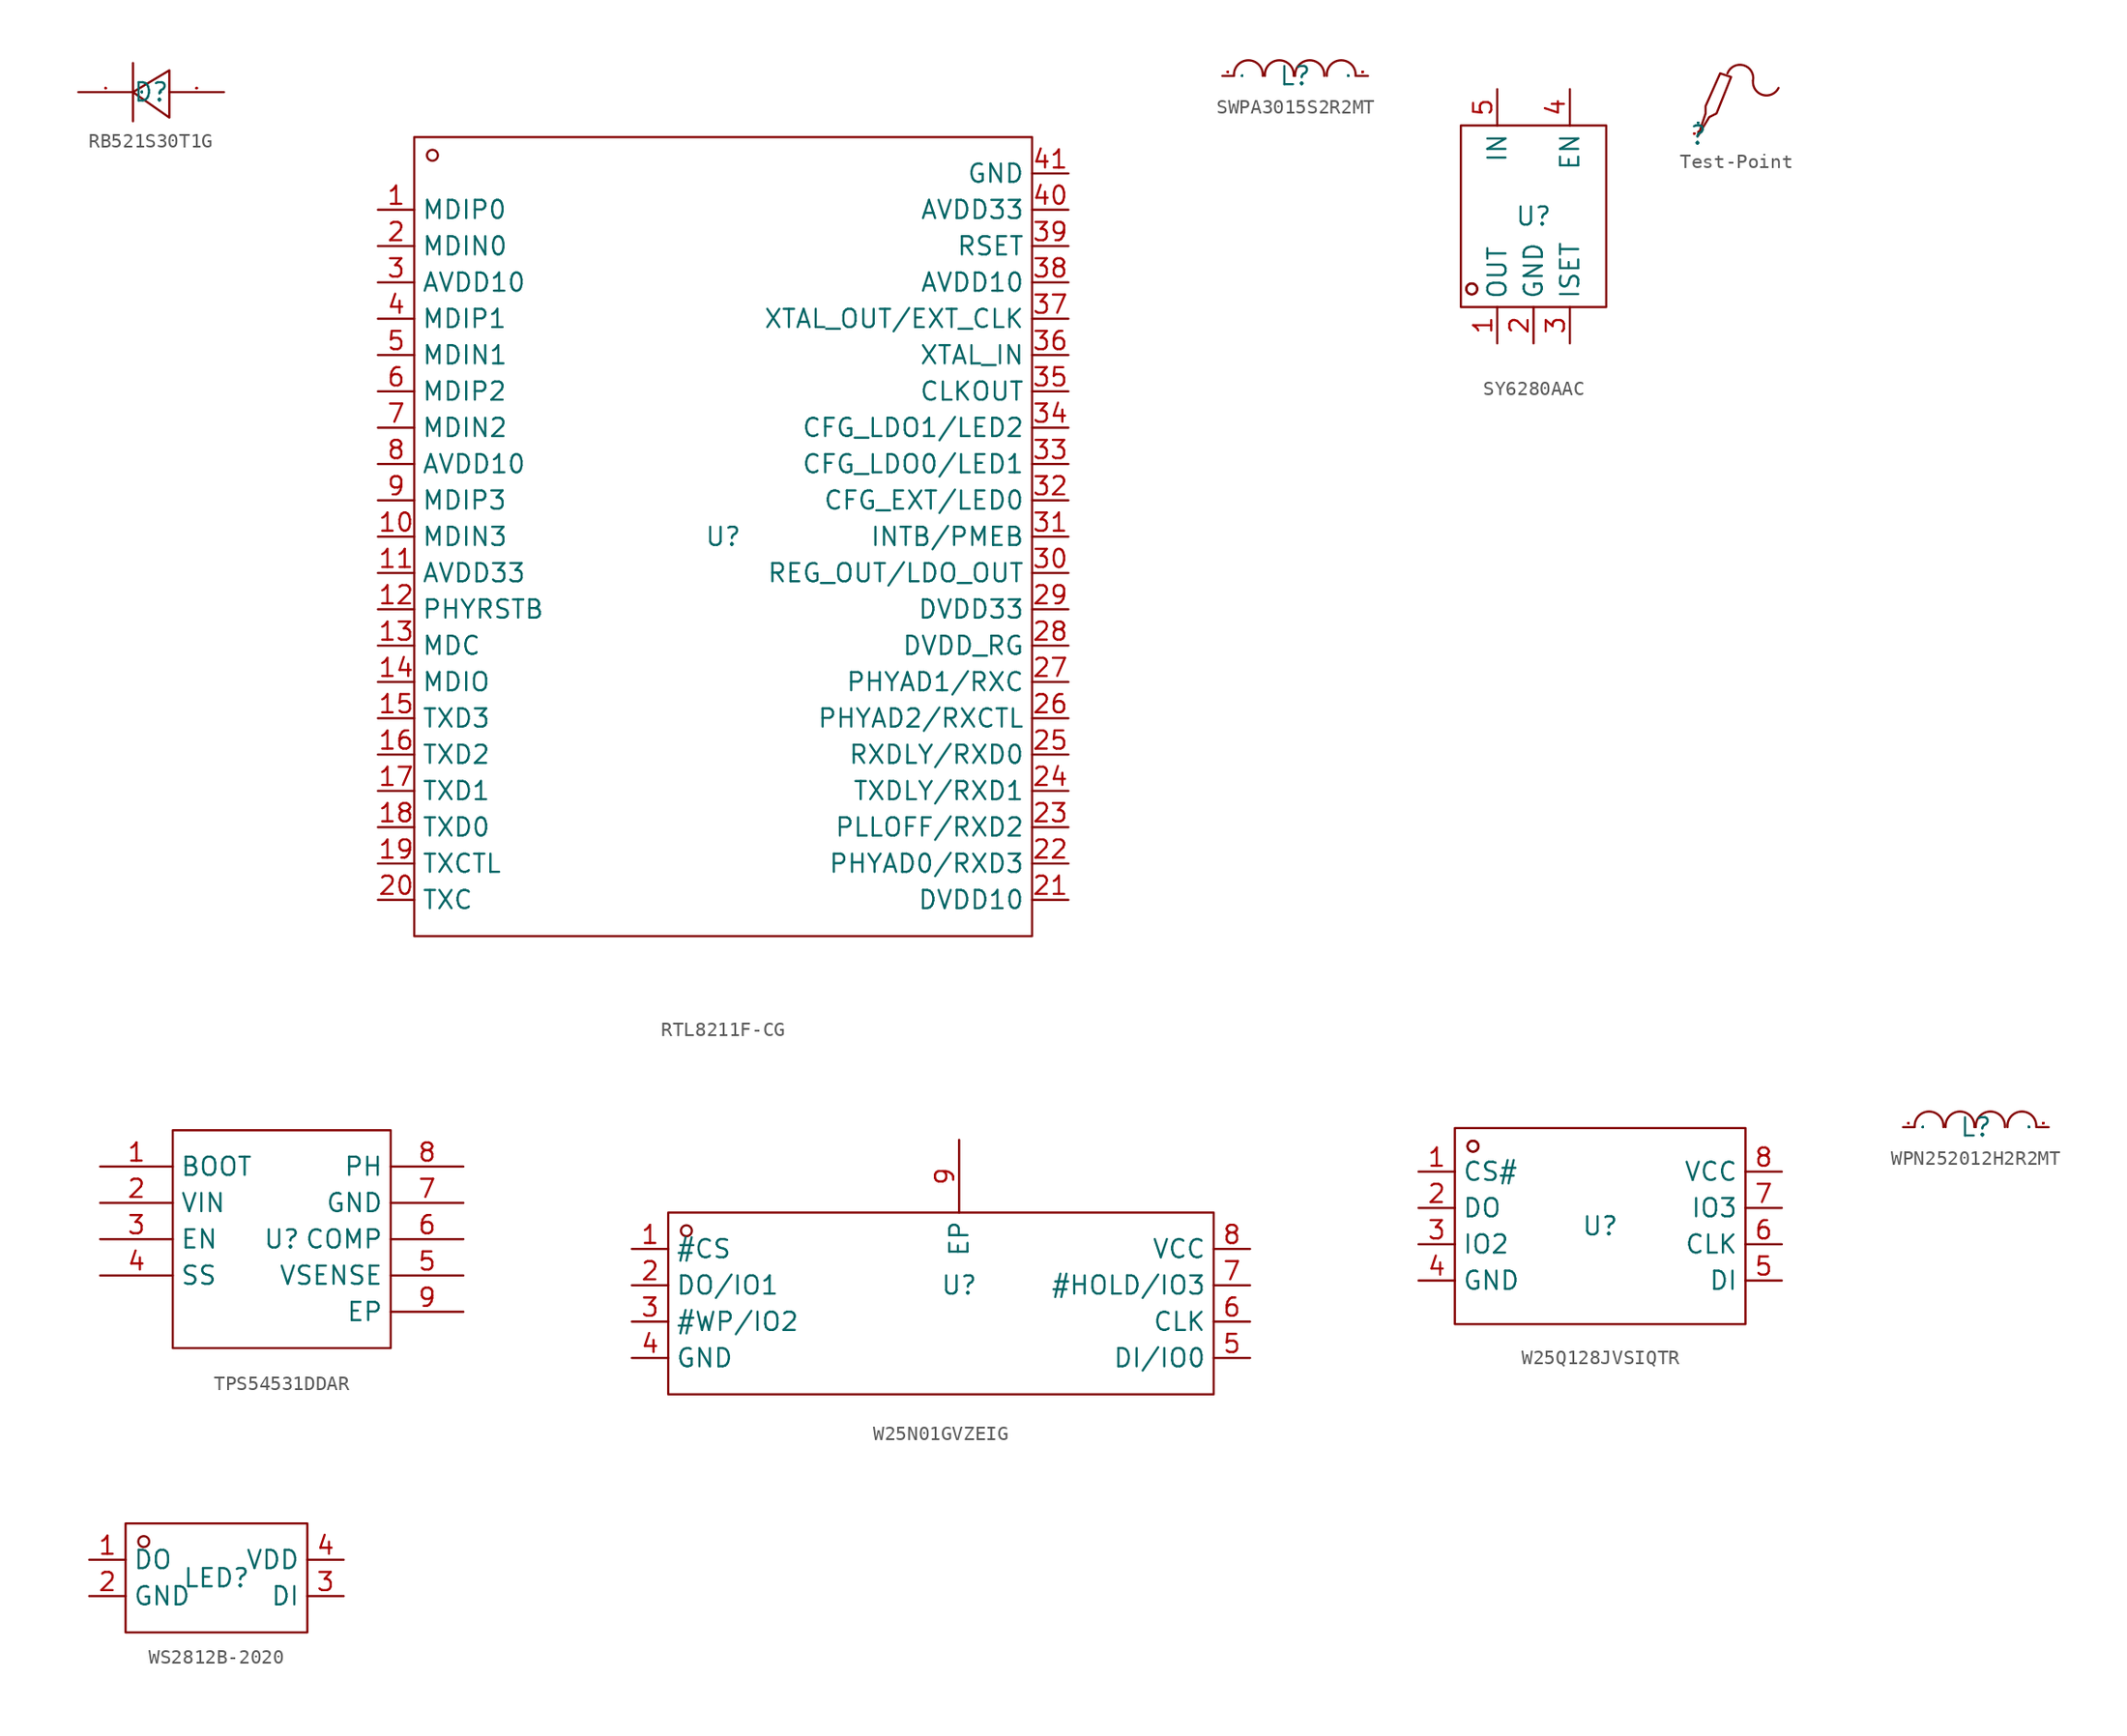
<source format=kicad_sym>
(kicad_symbol_lib
  (version 20231120)
  (generator "kicad_symbol_editor")
  (generator_version "8.0")
  (symbol "RB521S30T1G"
    (property "Reference" "D"
      (at 0 0 0)
      (effects (font (size 1.27 1.27))))
    (property "Value" ""
      (at 0 0 0)
      (effects (font (size 1.27 1.27))))
    (symbol "RB521S30T1G_1_0"
      (polyline (pts (xy -1.27 -2.032) (xy -1.27 2.032)) (stroke (width 0) (type default)) (fill (type none)))
      (polyline (pts (xy 1.27 1.524) (xy -1.27 0) (xy -1.27 0) (xy 1.27 -1.778) (xy 1.27 -1.778) (xy 1.27 1.524)) (stroke (width 0) (type default)) (fill (type none)))
      (pin unspecified line (at -5.08 0 0) (length 3.81) (name "C" (effects (font (size 0.025 0.025)))) (number "1" (effects (font (size 0.025 0.025)))))
      (pin unspecified line (at 5.08 0 180) (length 3.81) (name "A" (effects (font (size 0.025 0.025)))) (number "2" (effects (font (size 0.025 0.025)))))))
  (symbol "RTL8211F-CG"
    (property "Reference" "U"
      (at 0 0 0)
      (effects (font (size 1.27 1.27))))
    (property "Value" ""
      (at 0 0 0)
      (effects (font (size 1.27 1.27))))
    (symbol "RTL8211F-CG_1_0"
      (rectangle (start -21.59 -27.94) (end 21.59 27.94) (stroke (width 0) (type default)) (fill (type none)))
      (circle (center -20.32 26.67) (radius 0.381) (stroke (width 0) (type default)) (fill (type none)))
      (pin unspecified line (at -24.13 22.86 0) (length 2.54) (name "MDIP0" (effects (font (size 1.27 1.27)))) (number "1" (effects (font (size 1.27 1.27)))))
      (pin unspecified line (at -24.13 0 0) (length 2.54) (name "MDIN3" (effects (font (size 1.27 1.27)))) (number "10" (effects (font (size 1.27 1.27)))))
      (pin unspecified line (at -24.13 -2.54 0) (length 2.54) (name "AVDD33" (effects (font (size 1.27 1.27)))) (number "11" (effects (font (size 1.27 1.27)))))
      (pin unspecified line (at -24.13 -5.08 0) (length 2.54) (name "PHYRSTB" (effects (font (size 1.27 1.27)))) (number "12" (effects (font (size 1.27 1.27)))))
      (pin unspecified line (at -24.13 -7.62 0) (length 2.54) (name "MDC" (effects (font (size 1.27 1.27)))) (number "13" (effects (font (size 1.27 1.27)))))
      (pin unspecified line (at -24.13 -10.16 0) (length 2.54) (name "MDIO" (effects (font (size 1.27 1.27)))) (number "14" (effects (font (size 1.27 1.27)))))
      (pin unspecified line (at -24.13 -12.7 0) (length 2.54) (name "TXD3" (effects (font (size 1.27 1.27)))) (number "15" (effects (font (size 1.27 1.27)))))
      (pin unspecified line (at -24.13 -15.24 0) (length 2.54) (name "TXD2" (effects (font (size 1.27 1.27)))) (number "16" (effects (font (size 1.27 1.27)))))
      (pin unspecified line (at -24.13 -17.78 0) (length 2.54) (name "TXD1" (effects (font (size 1.27 1.27)))) (number "17" (effects (font (size 1.27 1.27)))))
      (pin unspecified line (at -24.13 -20.32 0) (length 2.54) (name "TXD0" (effects (font (size 1.27 1.27)))) (number "18" (effects (font (size 1.27 1.27)))))
      (pin unspecified line (at -24.13 -22.86 0) (length 2.54) (name "TXCTL" (effects (font (size 1.27 1.27)))) (number "19" (effects (font (size 1.27 1.27)))))
      (pin unspecified line (at -24.13 20.32 0) (length 2.54) (name "MDIN0" (effects (font (size 1.27 1.27)))) (number "2" (effects (font (size 1.27 1.27)))))
      (pin unspecified line (at -24.13 -25.4 0) (length 2.54) (name "TXC" (effects (font (size 1.27 1.27)))) (number "20" (effects (font (size 1.27 1.27)))))
      (pin unspecified line (at 24.13 -25.4 180) (length 2.54) (name "DVDD10" (effects (font (size 1.27 1.27)))) (number "21" (effects (font (size 1.27 1.27)))))
      (pin unspecified line (at 24.13 -22.86 180) (length 2.54) (name "PHYAD0/RXD3" (effects (font (size 1.27 1.27)))) (number "22" (effects (font (size 1.27 1.27)))))
      (pin unspecified line (at 24.13 -20.32 180) (length 2.54) (name "PLLOFF/RXD2" (effects (font (size 1.27 1.27)))) (number "23" (effects (font (size 1.27 1.27)))))
      (pin unspecified line (at 24.13 -17.78 180) (length 2.54) (name "TXDLY/RXD1" (effects (font (size 1.27 1.27)))) (number "24" (effects (font (size 1.27 1.27)))))
      (pin unspecified line (at 24.13 -15.24 180) (length 2.54) (name "RXDLY/RXD0" (effects (font (size 1.27 1.27)))) (number "25" (effects (font (size 1.27 1.27)))))
      (pin unspecified line (at 24.13 -12.7 180) (length 2.54) (name "PHYAD2/RXCTL" (effects (font (size 1.27 1.27)))) (number "26" (effects (font (size 1.27 1.27)))))
      (pin unspecified line (at 24.13 -10.16 180) (length 2.54) (name "PHYAD1/RXC" (effects (font (size 1.27 1.27)))) (number "27" (effects (font (size 1.27 1.27)))))
      (pin unspecified line (at 24.13 -7.62 180) (length 2.54) (name "DVDD_RG" (effects (font (size 1.27 1.27)))) (number "28" (effects (font (size 1.27 1.27)))))
      (pin unspecified line (at 24.13 -5.08 180) (length 2.54) (name "DVDD33" (effects (font (size 1.27 1.27)))) (number "29" (effects (font (size 1.27 1.27)))))
      (pin unspecified line (at -24.13 17.78 0) (length 2.54) (name "AVDD10" (effects (font (size 1.27 1.27)))) (number "3" (effects (font (size 1.27 1.27)))))
      (pin unspecified line (at 24.13 -2.54 180) (length 2.54) (name "REG_OUT/LDO_OUT" (effects (font (size 1.27 1.27)))) (number "30" (effects (font (size 1.27 1.27)))))
      (pin unspecified line (at 24.13 0 180) (length 2.54) (name "INTB/PMEB" (effects (font (size 1.27 1.27)))) (number "31" (effects (font (size 1.27 1.27)))))
      (pin unspecified line (at 24.13 2.54 180) (length 2.54) (name "CFG_EXT/LED0" (effects (font (size 1.27 1.27)))) (number "32" (effects (font (size 1.27 1.27)))))
      (pin unspecified line (at 24.13 5.08 180) (length 2.54) (name "CFG_LDO0/LED1" (effects (font (size 1.27 1.27)))) (number "33" (effects (font (size 1.27 1.27)))))
      (pin unspecified line (at 24.13 7.62 180) (length 2.54) (name "CFG_LDO1/LED2" (effects (font (size 1.27 1.27)))) (number "34" (effects (font (size 1.27 1.27)))))
      (pin unspecified line (at 24.13 10.16 180) (length 2.54) (name "CLKOUT" (effects (font (size 1.27 1.27)))) (number "35" (effects (font (size 1.27 1.27)))))
      (pin unspecified line (at 24.13 12.7 180) (length 2.54) (name "XTAL_IN" (effects (font (size 1.27 1.27)))) (number "36" (effects (font (size 1.27 1.27)))))
      (pin unspecified line (at 24.13 15.24 180) (length 2.54) (name "XTAL_OUT/EXT_CLK" (effects (font (size 1.27 1.27)))) (number "37" (effects (font (size 1.27 1.27)))))
      (pin unspecified line (at 24.13 17.78 180) (length 2.54) (name "AVDD10" (effects (font (size 1.27 1.27)))) (number "38" (effects (font (size 1.27 1.27)))))
      (pin unspecified line (at 24.13 20.32 180) (length 2.54) (name "RSET" (effects (font (size 1.27 1.27)))) (number "39" (effects (font (size 1.27 1.27)))))
      (pin unspecified line (at -24.13 15.24 0) (length 2.54) (name "MDIP1" (effects (font (size 1.27 1.27)))) (number "4" (effects (font (size 1.27 1.27)))))
      (pin unspecified line (at 24.13 22.86 180) (length 2.54) (name "AVDD33" (effects (font (size 1.27 1.27)))) (number "40" (effects (font (size 1.27 1.27)))))
      (pin unspecified line (at 24.13 25.4 180) (length 2.54) (name "GND" (effects (font (size 1.27 1.27)))) (number "41" (effects (font (size 1.27 1.27)))))
      (pin unspecified line (at -24.13 12.7 0) (length 2.54) (name "MDIN1" (effects (font (size 1.27 1.27)))) (number "5" (effects (font (size 1.27 1.27)))))
      (pin unspecified line (at -24.13 10.16 0) (length 2.54) (name "MDIP2" (effects (font (size 1.27 1.27)))) (number "6" (effects (font (size 1.27 1.27)))))
      (pin unspecified line (at -24.13 7.62 0) (length 2.54) (name "MDIN2" (effects (font (size 1.27 1.27)))) (number "7" (effects (font (size 1.27 1.27)))))
      (pin unspecified line (at -24.13 5.08 0) (length 2.54) (name "AVDD10" (effects (font (size 1.27 1.27)))) (number "8" (effects (font (size 1.27 1.27)))))
      (pin unspecified line (at -24.13 2.54 0) (length 2.54) (name "MDIP3" (effects (font (size 1.27 1.27)))) (number "9" (effects (font (size 1.27 1.27)))))))
  (symbol "SWPA3015S2R2MT"
    (property "Reference" "L"
      (at 0 0 0)
      (effects (font (size 1.27 1.27))))
    (symbol "SWPA3015S2R2MT_1_0"
      (arc (start -2.2606 0) (mid -3.2639 1.0922) (end -4.2672 0) (stroke (width 0) (type default)) (fill (type none)))
      (arc (start -0.1016 0) (mid -1.1049 1.0922) (end -2.1082 0) (stroke (width 0) (type default)) (fill (type none)))
      (arc (start 2.032 0) (mid 1.016 1.0922) (end 0 0) (stroke (width 0) (type default)) (fill (type none)))
      (arc (start 4.2164 0) (mid 3.213 1.0923) (end 2.2098 0) (stroke (width 0) (type default)) (fill (type none)))
      (pin input line (at -5.08 0 0) (length 0.762) (name "1" (effects (font (size 0.025 0.025)))) (number "1" (effects (font (size 0.025 0.025)))))
      (pin input line (at 5.08 0 180) (length 0.762) (name "2" (effects (font (size 0.025 0.025)))) (number "2" (effects (font (size 0.025 0.025)))))))
  (symbol "SY6280AAC"
    (property "Reference" "U"
      (at 0 0 0)
      (effects (font (size 1.27 1.27))))
    (property "Value" ""
      (at 0 0 0)
      (effects (font (size 1.27 1.27))))
    (symbol "SY6280AAC_1_0"
      (rectangle (start -5.08 -6.35) (end 5.08 6.35) (stroke (width 0) (type default)) (fill (type none)))
      (circle (center -4.318 -5.08) (radius 0.381) (stroke (width 0) (type default)) (fill (type none)))
      (circle (center -4.318 -5.08) (radius 0.381) (stroke (width 0) (type default)) (fill (type none)))
      (pin unspecified line (at -2.54 -8.89 90) (length 2.54) (name "OUT" (effects (font (size 1.27 1.27)))) (number "1" (effects (font (size 1.27 1.27)))))
      (pin unspecified line (at 0 -8.89 90) (length 2.54) (name "GND" (effects (font (size 1.27 1.27)))) (number "2" (effects (font (size 1.27 1.27)))))
      (pin unspecified line (at 2.54 -8.89 90) (length 2.54) (name "ISET" (effects (font (size 1.27 1.27)))) (number "3" (effects (font (size 1.27 1.27)))))
      (pin unspecified line (at 2.54 8.89 270) (length 2.54) (name "EN" (effects (font (size 1.27 1.27)))) (number "4" (effects (font (size 1.27 1.27)))))
      (pin unspecified line (at -2.54 8.89 270) (length 2.54) (name "IN" (effects (font (size 1.27 1.27)))) (number "5" (effects (font (size 1.27 1.27)))))))
  (symbol "Test-Point"
    (property "Reference" ""
      (at 0 0 0)
      (effects (font (size 1.27 1.27))))
    (property "Value" ""
      (at 0 0 0)
      (effects (font (size 1.27 1.27))))
    (symbol "Test-Point_1_0"
      (polyline (pts (xy 0 0) (xy 0.508 1.524) (xy 0.508 2.032) (xy 1.524 4.318) (xy 2.286 4.064) (xy 1.27 1.524) (xy 0.762 1.27) (xy 0 0)) (stroke (width 0) (type default)) (fill (type none)))
      (arc (start 3.81 3.81) (mid 3.1548 4.8819) (end 2.032 4.318) (stroke (width 0) (type default)) (fill (type none)))
      (arc (start 3.81 3.81) (mid 4.487 2.8141) (end 5.588 3.302) (stroke (width 0) (type default)) (fill (type none)))
      (pin input line (at 0 0 90) (length 0.254) (name "1" (effects (font (size 0.025 0.025)))) (number "1" (effects (font (size 0.025 0.025)))))))
  (symbol "TPS54531DDAR"
    (property "Reference" "U"
      (at 0 0 0)
      (effects (font (size 1.27 1.27))))
    (property "Value" ""
      (at 0 0 0)
      (effects (font (size 1.27 1.27))))
    (symbol "TPS54531DDAR_1_0"
      (rectangle (start -7.62 -7.62) (end 7.62 7.62) (stroke (width 0) (type default)) (fill (type none)))
      (pin input line (at -12.7 5.08 0) (length 5.08) (name "BOOT" (effects (font (size 1.27 1.27)))) (number "1" (effects (font (size 1.27 1.27)))))
      (pin input line (at -12.7 2.54 0) (length 5.08) (name "VIN" (effects (font (size 1.27 1.27)))) (number "2" (effects (font (size 1.27 1.27)))))
      (pin input line (at -12.7 0 0) (length 5.08) (name "EN" (effects (font (size 1.27 1.27)))) (number "3" (effects (font (size 1.27 1.27)))))
      (pin input line (at -12.7 -2.54 0) (length 5.08) (name "SS" (effects (font (size 1.27 1.27)))) (number "4" (effects (font (size 1.27 1.27)))))
      (pin input line (at 12.7 -2.54 180) (length 5.08) (name "VSENSE" (effects (font (size 1.27 1.27)))) (number "5" (effects (font (size 1.27 1.27)))))
      (pin input line (at 12.7 0 180) (length 5.08) (name "COMP" (effects (font (size 1.27 1.27)))) (number "6" (effects (font (size 1.27 1.27)))))
      (pin input line (at 12.7 2.54 180) (length 5.08) (name "GND" (effects (font (size 1.27 1.27)))) (number "7" (effects (font (size 1.27 1.27)))))
      (pin input line (at 12.7 5.08 180) (length 5.08) (name "PH" (effects (font (size 1.27 1.27)))) (number "8" (effects (font (size 1.27 1.27)))))
      (pin input line (at 12.7 -5.08 180) (length 5.08) (name "EP" (effects (font (size 1.27 1.27)))) (number "9" (effects (font (size 1.27 1.27)))))))
  (symbol "W25N01GVZEIG"
    (property "Reference" "U"
      (at 0 0 0)
      (effects (font (size 1.27 1.27))))
    (property "Value" ""
      (at 0 0 0)
      (effects (font (size 1.27 1.27))))
    (symbol "W25N01GVZEIG_1_0"
      (rectangle (start -20.32 -7.62) (end 17.78 5.08) (stroke (width 0) (type default)) (fill (type none)))
      (circle (center -19.05 3.81) (radius 0.381) (stroke (width 0) (type default)) (fill (type none)))
      (pin input line (at -22.86 2.54 0) (length 2.54) (name "#CS" (effects (font (size 1.27 1.27)))) (number "1" (effects (font (size 1.27 1.27)))))
      (pin input line (at -22.86 0 0) (length 2.54) (name "DO/IO1" (effects (font (size 1.27 1.27)))) (number "2" (effects (font (size 1.27 1.27)))))
      (pin input line (at -22.86 -2.54 0) (length 2.54) (name "#WP/IO2" (effects (font (size 1.27 1.27)))) (number "3" (effects (font (size 1.27 1.27)))))
      (pin input line (at -22.86 -5.08 0) (length 2.54) (name "GND" (effects (font (size 1.27 1.27)))) (number "4" (effects (font (size 1.27 1.27)))))
      (pin input line (at 20.32 -5.08 180) (length 2.54) (name "DI/IO0" (effects (font (size 1.27 1.27)))) (number "5" (effects (font (size 1.27 1.27)))))
      (pin input line (at 20.32 -2.54 180) (length 2.54) (name "CLK" (effects (font (size 1.27 1.27)))) (number "6" (effects (font (size 1.27 1.27)))))
      (pin input line (at 20.32 0 180) (length 2.54) (name "#HOLD/IO3" (effects (font (size 1.27 1.27)))) (number "7" (effects (font (size 1.27 1.27)))))
      (pin input line (at 20.32 2.54 180) (length 2.54) (name "VCC" (effects (font (size 1.27 1.27)))) (number "8" (effects (font (size 1.27 1.27)))))
      (pin input line (at 0 10.16 270) (length 5.08) (name "EP" (effects (font (size 1.27 1.27)))) (number "9" (effects (font (size 1.27 1.27)))))))
  (symbol "W25Q128JVSIQTR"
    (property "Reference" "U"
      (at 0 0 0)
      (effects (font (size 1.27 1.27))))
    (property "Value" ""
      (at 0 0 0)
      (effects (font (size 1.27 1.27))))
    (symbol "W25Q128JVSIQTR_1_0"
      (rectangle (start -10.16 -6.858) (end 10.16 6.858) (stroke (width 0) (type default)) (fill (type none)))
      (circle (center -8.89 5.588) (radius 0.381) (stroke (width 0) (type default)) (fill (type none)))
      (circle (center -8.89 5.588) (radius 0.381) (stroke (width 0) (type default)) (fill (type none)))
      (pin unspecified line (at -12.7 3.81 0) (length 2.54) (name "CS#" (effects (font (size 1.27 1.27)))) (number "1" (effects (font (size 1.27 1.27)))))
      (pin unspecified line (at -12.7 1.27 0) (length 2.54) (name "DO" (effects (font (size 1.27 1.27)))) (number "2" (effects (font (size 1.27 1.27)))))
      (pin unspecified line (at -12.7 -1.27 0) (length 2.54) (name "IO2" (effects (font (size 1.27 1.27)))) (number "3" (effects (font (size 1.27 1.27)))))
      (pin unspecified line (at -12.7 -3.81 0) (length 2.54) (name "GND" (effects (font (size 1.27 1.27)))) (number "4" (effects (font (size 1.27 1.27)))))
      (pin unspecified line (at 12.7 -3.81 180) (length 2.54) (name "DI" (effects (font (size 1.27 1.27)))) (number "5" (effects (font (size 1.27 1.27)))))
      (pin unspecified line (at 12.7 -1.27 180) (length 2.54) (name "CLK" (effects (font (size 1.27 1.27)))) (number "6" (effects (font (size 1.27 1.27)))))
      (pin unspecified line (at 12.7 1.27 180) (length 2.54) (name "IO3" (effects (font (size 1.27 1.27)))) (number "7" (effects (font (size 1.27 1.27)))))
      (pin unspecified line (at 12.7 3.81 180) (length 2.54) (name "VCC" (effects (font (size 1.27 1.27)))) (number "8" (effects (font (size 1.27 1.27)))))))
  (symbol "WPN252012H2R2MT"
    (property "Reference" "L"
      (at 0 0 0)
      (effects (font (size 1.27 1.27))))
    (symbol "WPN252012H2R2MT_1_0"
      (arc (start -2.2606 0) (mid -3.2639 1.0922) (end -4.2672 0) (stroke (width 0) (type default)) (fill (type none)))
      (arc (start -0.1016 0) (mid -1.1049 1.0922) (end -2.1082 0) (stroke (width 0) (type default)) (fill (type none)))
      (arc (start 2.032 0) (mid 1.016 1.0922) (end 0 0) (stroke (width 0) (type default)) (fill (type none)))
      (arc (start 4.2164 0) (mid 3.213 1.0923) (end 2.2098 0) (stroke (width 0) (type default)) (fill (type none)))
      (pin input line (at -5.08 0 0) (length 0.762) (name "1" (effects (font (size 0.025 0.025)))) (number "1" (effects (font (size 0.025 0.025)))))
      (pin input line (at 5.08 0 180) (length 0.762) (name "2" (effects (font (size 0.025 0.025)))) (number "2" (effects (font (size 0.025 0.025)))))))
  (symbol "WS2812B-2020"
    (property "Reference" "LED"
      (at 0 0 0)
      (effects (font (size 1.27 1.27))))
    (property "Value" ""
      (at 0 0 0)
      (effects (font (size 1.27 1.27))))
    (symbol "WS2812B-2020_1_0"
      (rectangle (start -6.35 -3.81) (end 6.35 3.81) (stroke (width 0) (type default)) (fill (type none)))
      (circle (center -5.08 2.54) (radius 0.381) (stroke (width 0) (type default)) (fill (type none)))
      (pin unspecified line (at -8.89 1.27 0) (length 2.54) (name "DO" (effects (font (size 1.27 1.27)))) (number "1" (effects (font (size 1.27 1.27)))))
      (pin unspecified line (at -8.89 -1.27 0) (length 2.54) (name "GND" (effects (font (size 1.27 1.27)))) (number "2" (effects (font (size 1.27 1.27)))))
      (pin unspecified line (at 8.89 -1.27 180) (length 2.54) (name "DI" (effects (font (size 1.27 1.27)))) (number "3" (effects (font (size 1.27 1.27)))))
      (pin unspecified line (at 8.89 1.27 180) (length 2.54) (name "VDD" (effects (font (size 1.27 1.27)))) (number "4" (effects (font (size 1.27 1.27))))))))
</source>
